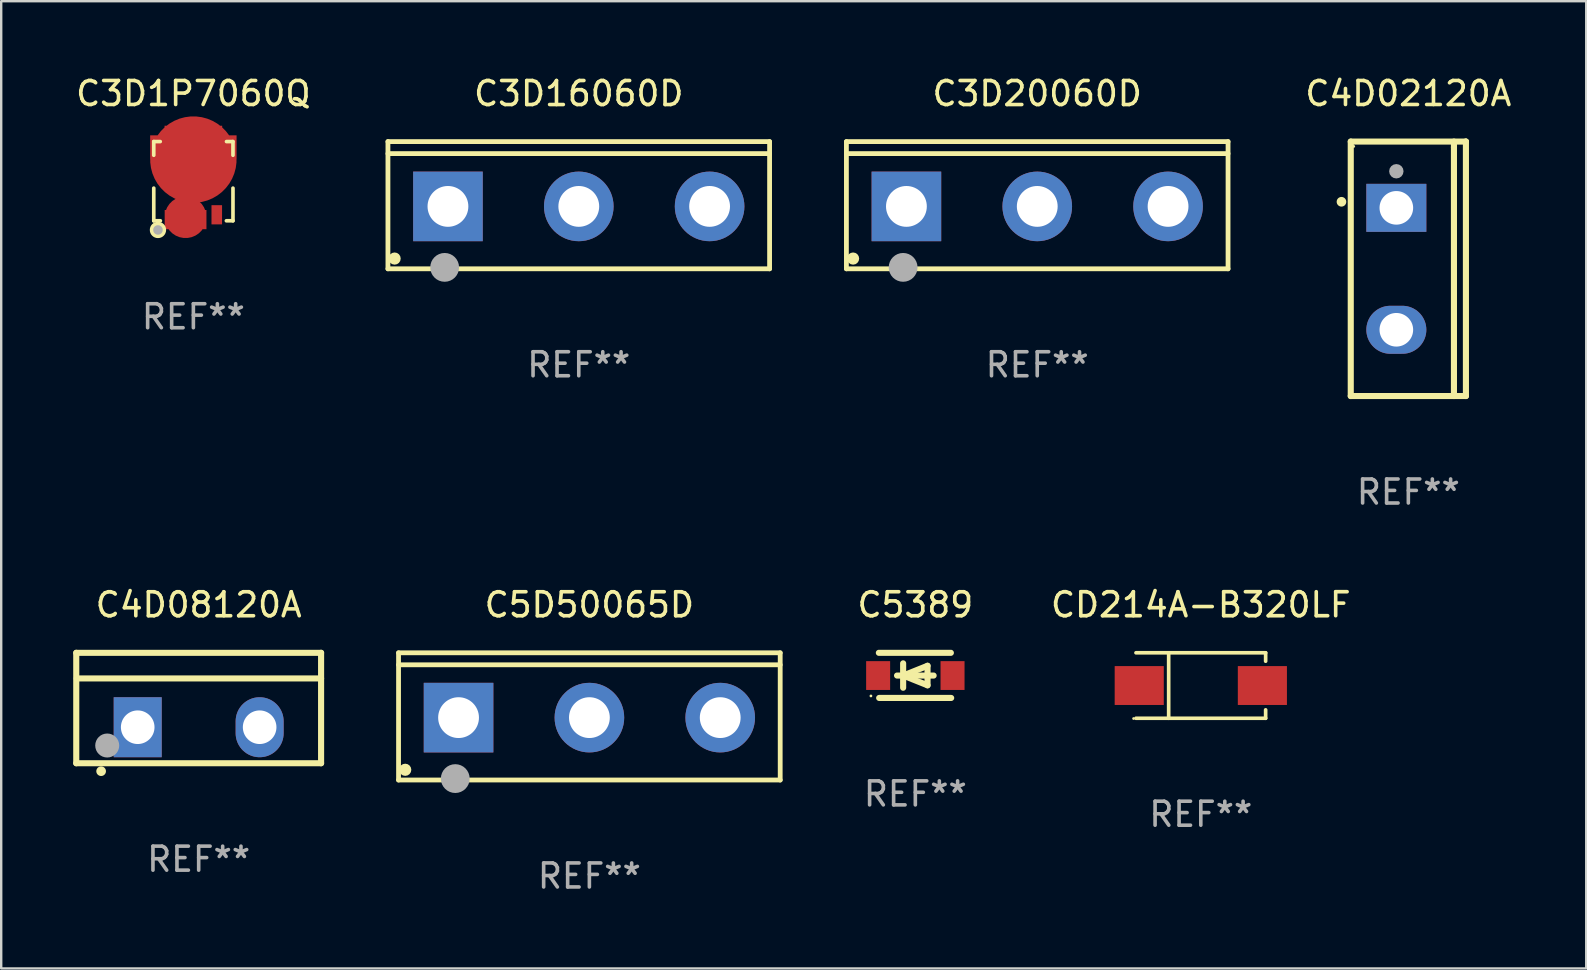
<source format=kicad_pcb>
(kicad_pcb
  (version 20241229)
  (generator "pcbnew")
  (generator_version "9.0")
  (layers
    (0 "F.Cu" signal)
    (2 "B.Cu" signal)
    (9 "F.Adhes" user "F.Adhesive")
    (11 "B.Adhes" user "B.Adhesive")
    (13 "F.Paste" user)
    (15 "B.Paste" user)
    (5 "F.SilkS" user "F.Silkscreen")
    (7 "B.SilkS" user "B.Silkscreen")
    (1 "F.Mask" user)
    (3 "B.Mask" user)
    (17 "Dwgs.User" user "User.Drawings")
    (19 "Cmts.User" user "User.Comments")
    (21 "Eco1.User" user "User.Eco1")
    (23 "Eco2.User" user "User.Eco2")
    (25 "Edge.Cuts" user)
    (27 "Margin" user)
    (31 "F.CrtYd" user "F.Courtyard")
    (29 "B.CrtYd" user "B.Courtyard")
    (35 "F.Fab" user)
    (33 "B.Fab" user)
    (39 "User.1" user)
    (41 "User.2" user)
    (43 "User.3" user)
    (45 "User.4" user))
  (footprint "C5389"
    (layer "F.Cu")
    (at 35.084 25.087)
    (property "Reference" "C5389" (at 0 -2.94 0) (layer "F.SilkS") (effects (font (size 1 1) (thickness 0.15))))
    (attr through_hole)
    (fp_line (start -1.52 -0.94) (end 1.48 -0.94) (stroke (width 0.254) (type solid)) (layer "F.SilkS"))
    (fp_line (start -1.507 0.94) (end 1.493 0.94) (stroke (width 0.254) (type solid)) (layer "F.SilkS"))
    (fp_line (start -0.762 0.007) (end 0.762 0.007) (stroke (width 0.254) (type solid)) (layer "F.SilkS"))
    (fp_line (start -0.508 -0.501) (end -0.508 0.515) (stroke (width 0.254) (type solid)) (layer "F.SilkS"))
    (fp_line (start -0.508 0.007) (end 0.508 -0.4) (stroke (width 0.254) (type solid)) (layer "F.SilkS"))
    (fp_line (start 0.508 -0.4) (end 0.508 0.413) (stroke (width 0.254) (type solid)) (layer "F.SilkS"))
    (fp_line (start 0.508 0.413) (end -0.508 0.007) (stroke (width 0.254) (type solid)) (layer "F.SilkS"))
    (fp_circle (center -1.85 0.857) (end -1.82 0.857) (stroke (width 0.06) (type solid)) (fill no) (layer "F.SilkS"))
    (fp_text user "REF**" (at 0 4.94 0) (layer "F.Fab") (effects (font (size 1 1) (thickness 0.15))))
    (pad "1" smd rect (at -1.55 0.007) (size 1 1.2) (layers "F.Cu" "F.Mask" "F.Paste"))
    (pad "2" smd rect (at 1.55 0.007) (size 1 1.2) (layers "F.Cu" "F.Mask" "F.Paste")))
  (footprint "CD214A-B320LF"
    (layer "F.Cu")
    (at 46.977 25.51)
    (property "Reference" "CD214A-B320LF" (at 0 -3.364 0) (layer "F.SilkS") (effects (font (size 1 1) (thickness 0.15))))
    (attr through_hole)
    (fp_line (start -2.701 -1.364) (end 2.701 -1.364) (stroke (width 0.152) (type solid)) (layer "F.SilkS"))
    (fp_line (start -2.701 1.364) (end 2.701 1.364) (stroke (width 0.152) (type solid)) (layer "F.SilkS"))
    (fp_line (start -1.339 -1.364) (end -1.339 1.364) (stroke (width 0.152) (type solid)) (layer "F.SilkS"))
    (fp_line (start 2.701 -1.364) (end 2.701 -1.013) (stroke (width 0.152) (type solid)) (layer "F.SilkS"))
    (fp_line (start 2.701 1.364) (end 2.701 1.013) (stroke (width 0.152) (type solid)) (layer "F.SilkS"))
    (fp_circle (center -2.8 1.375) (end -2.77 1.375) (stroke (width 0.06) (type solid)) (fill no) (layer "F.SilkS"))
    (fp_text user "REF**" (at 0 5.364 0) (layer "F.Fab") (effects (font (size 1 1) (thickness 0.15))))
    (pad "1" smd rect (at -2.565 -0.000025) (size 2.046 1.62) (layers "F.Cu" "F.Mask" "F.Paste"))
    (pad "2" smd rect (at 2.565 -0.000025) (size 2.046 1.62) (layers "F.Cu" "F.Mask" "F.Paste")))
  (footprint "C4D02120A"
    (layer "F.Cu")
    (at 55.623 8.149)
    (property "Reference" "C4D02120A" (at 0 -7.301 0) (layer "F.SilkS") (effects (font (size 1 1) (thickness 0.15))))
    (attr through_hole)
    (fp_line (start -2.399 -5.301) (end 2.394 -5.301) (stroke (width 0.254) (type solid)) (layer "F.SilkS"))
    (fp_line (start -2.399 5.301) (end -2.399 -5.301) (stroke (width 0.254) (type solid)) (layer "F.SilkS"))
    (fp_line (start 1.9 -5.061) (end 1.9 -5.3) (stroke (width 0.254) (type solid)) (layer "F.SilkS"))
    (fp_line (start 1.9 5.3) (end 1.9 -5.061) (stroke (width 0.254) (type solid)) (layer "F.SilkS"))
    (fp_line (start 2.394 -5.301) (end 2.399 -5.301) (stroke (width 0.254) (type solid)) (layer "F.SilkS"))
    (fp_line (start 2.399 -5.301) (end 2.399 5.301) (stroke (width 0.254) (type solid)) (layer "F.SilkS"))
    (fp_line (start 2.399 5.301) (end -2.399 5.301) (stroke (width 0.254) (type solid)) (layer "F.SilkS"))
    (fp_arc (start -2.786043 -2.791466) (mid -2.786047 -2.792736) (end -2.786043 -2.794006) (stroke (width 0.4) (type solid)) (layer "F.SilkS"))
    (fp_circle (center -2.275 -5.1) (end -2.245 -5.1) (stroke (width 0.06) (type solid)) (fill no) (layer "F.SilkS"))
    (fp_circle (center -0.5 -4.064) (end -0.35 -4.064) (stroke (width 0.3) (type solid)) (fill no) (layer "F.Fab"))
    (fp_text user "REF**" (at 0 9.301 0) (layer "F.Fab") (effects (font (size 1 1) (thickness 0.15))))
    (pad "1" thru_hole rect (at -0.5 -2.54 270) (size 2 2.5) (drill 1.4) (layers "*.Cu" "*.Mask"))
    (pad "3" thru_hole oval (at -0.5 2.54 270) (size 2 2.5) (drill 1.4) (layers "*.Cu" "*.Mask")))
  (footprint "C5D50065D"
    (layer "F.Cu")
    (at 21.504 26.797)
    (property "Reference" "C5D50065D" (at 0 -4.65 0) (layer "F.SilkS") (effects (font (size 1 1) (thickness 0.15))))
    (attr through_hole)
    (fp_line (start -7.95 -2.65) (end -7.95 2.65) (stroke (width 0.2) (type solid)) (layer "F.SilkS"))
    (fp_line (start -7.95 -2.15) (end 7.95 -2.15) (stroke (width 0.2) (type solid)) (layer "F.SilkS"))
    (fp_line (start -7.95 2.65) (end 7.95 2.65) (stroke (width 0.2) (type solid)) (layer "F.SilkS"))
    (fp_line (start 7.95 -2.65) (end -7.95 -2.65) (stroke (width 0.2) (type solid)) (layer "F.SilkS"))
    (fp_line (start 7.95 2.65) (end 7.95 -2.65) (stroke (width 0.2) (type solid)) (layer "F.SilkS"))
    (fp_circle (center -7.672 2.223) (end -7.545 2.223) (stroke (width 0.254) (type solid)) (fill no) (layer "F.SilkS"))
    (fp_circle (center -5.587 2.59) (end -5.287 2.59) (stroke (width 0.6) (type solid)) (fill no) (layer "F.Fab"))
    (fp_text user "REF**" (at 0 6.65 0) (layer "F.Fab") (effects (font (size 1 1) (thickness 0.15))))
    (pad "1" thru_hole rect (at -5.45 0.05) (size 2.9 2.9) (drill 1.7) (layers "*.Cu" "*.Mask"))
    (pad "2" thru_hole circle (at 0.001 0.05) (size 2.9 2.9) (drill 1.7) (layers "*.Cu" "*.Mask"))
    (pad "3" thru_hole circle (at 5.451 0.05) (size 2.9 2.9) (drill 1.7) (layers "*.Cu" "*.Mask")))
  (footprint "C3D20060D"
    (layer "F.Cu")
    (at 40.162 5.499)
    (property "Reference" "C3D20060D" (at 0 -4.65 0) (layer "F.SilkS") (effects (font (size 1 1) (thickness 0.15))))
    (attr through_hole)
    (fp_line (start -7.95 -2.65) (end -7.95 2.65) (stroke (width 0.2) (type solid)) (layer "F.SilkS"))
    (fp_line (start -7.95 -2.15) (end 7.95 -2.15) (stroke (width 0.2) (type solid)) (layer "F.SilkS"))
    (fp_line (start -7.95 2.65) (end 7.95 2.65) (stroke (width 0.2) (type solid)) (layer "F.SilkS"))
    (fp_line (start 7.95 -2.65) (end -7.95 -2.65) (stroke (width 0.2) (type solid)) (layer "F.SilkS"))
    (fp_line (start 7.95 2.65) (end 7.95 -2.65) (stroke (width 0.2) (type solid)) (layer "F.SilkS"))
    (fp_circle (center -7.672 2.223) (end -7.545 2.223) (stroke (width 0.254) (type solid)) (fill no) (layer "F.SilkS"))
    (fp_circle (center -5.587 2.59) (end -5.287 2.59) (stroke (width 0.6) (type solid)) (fill no) (layer "F.Fab"))
    (fp_text user "REF**" (at 0 6.65 0) (layer "F.Fab") (effects (font (size 1 1) (thickness 0.15))))
    (pad "1" thru_hole rect (at -5.45 0.05) (size 2.9 2.9) (drill 1.7) (layers "*.Cu" "*.Mask"))
    (pad "2" thru_hole circle (at 0.001 0.05) (size 2.9 2.9) (drill 1.7) (layers "*.Cu" "*.Mask"))
    (pad "3" thru_hole circle (at 5.451 0.05) (size 2.9 2.9) (drill 1.7) (layers "*.Cu" "*.Mask")))
  (footprint "C4D08120A"
    (layer "F.Cu")
    (at 5.227 26.447)
    (property "Reference" "C4D08120A" (at 0 -4.3 0) (layer "F.SilkS") (effects (font (size 1 1) (thickness 0.15))))
    (attr through_hole)
    (fp_line (start -5.1 -2.3) (end -5.1 2.3) (stroke (width 0.254) (type solid)) (layer "F.SilkS"))
    (fp_line (start -5.1 2.3) (end 5.1 2.3) (stroke (width 0.254) (type solid)) (layer "F.SilkS"))
    (fp_line (start -5.08 -1.232) (end 5.1 -1.232) (stroke (width 0.254) (type solid)) (layer "F.SilkS"))
    (fp_line (start 5.1 -2.3) (end -5.1 -2.3) (stroke (width 0.254) (type solid)) (layer "F.SilkS"))
    (fp_line (start 5.1 -2.3) (end 5.1 2.3) (stroke (width 0.254) (type solid)) (layer "F.SilkS"))
    (fp_arc (start -4.065278 2.632004) (mid -4.064008 2.632) (end -4.062738 2.632004) (stroke (width 0.4) (type solid)) (layer "F.SilkS"))
    (fp_circle (center -5.1 2.32) (end -5.07 2.32) (stroke (width 0.06) (type solid)) (fill no) (layer "F.SilkS"))
    (fp_circle (center -3.81 1.562) (end -3.56 1.562) (stroke (width 0.5) (type solid)) (fill no) (layer "F.Fab"))
    (fp_text user "REF**" (at 0 6.3 0) (layer "F.Fab") (effects (font (size 1 1) (thickness 0.15))))
    (pad "1" thru_hole rect (at -2.54 0.8) (size 2 2.5) (drill 1.4) (layers "*.Cu" "*.Mask"))
    (pad "2" thru_hole oval (at 2.54 0.8) (size 2 2.5) (drill 1.4) (layers "*.Cu" "*.Mask")))
  (footprint "C3D16060D"
    (layer "F.Cu")
    (at 21.062 5.499)
    (property "Reference" "C3D16060D" (at 0 -4.65 0) (layer "F.SilkS") (effects (font (size 1 1) (thickness 0.15))))
    (attr through_hole)
    (fp_line (start -7.95 -2.65) (end -7.95 2.65) (stroke (width 0.2) (type solid)) (layer "F.SilkS"))
    (fp_line (start -7.95 -2.15) (end 7.95 -2.15) (stroke (width 0.2) (type solid)) (layer "F.SilkS"))
    (fp_line (start -7.95 2.65) (end 7.95 2.65) (stroke (width 0.2) (type solid)) (layer "F.SilkS"))
    (fp_line (start 7.95 -2.65) (end -7.95 -2.65) (stroke (width 0.2) (type solid)) (layer "F.SilkS"))
    (fp_line (start 7.95 2.65) (end 7.95 -2.65) (stroke (width 0.2) (type solid)) (layer "F.SilkS"))
    (fp_circle (center -7.672 2.223) (end -7.545 2.223) (stroke (width 0.254) (type solid)) (fill no) (layer "F.SilkS"))
    (fp_circle (center -5.587 2.59) (end -5.287 2.59) (stroke (width 0.6) (type solid)) (fill no) (layer "F.Fab"))
    (fp_text user "REF**" (at 0 6.65 0) (layer "F.Fab") (effects (font (size 1 1) (thickness 0.15))))
    (pad "1" thru_hole rect (at -5.45 0.05) (size 2.9 2.9) (drill 1.7) (layers "*.Cu" "*.Mask"))
    (pad "2" thru_hole circle (at 0.001 0.05) (size 2.9 2.9) (drill 1.7) (layers "*.Cu" "*.Mask"))
    (pad "3" thru_hole circle (at 5.451 0.05) (size 2.9 2.9) (drill 1.7) (layers "*.Cu" "*.Mask")))
  (footprint "C3D1P7060Q"
    (layer "F.Cu")
    (at 5.006 4.498)
    (property "Reference" "C3D1P7060Q" (at 0 -3.65 0) (layer "F.SilkS") (effects (font (size 1 1) (thickness 0.15))))
    (attr through_hole)
    (fp_line (start -1.65 -1.65) (end -1.38 -1.65) (stroke (width 0.152) (type solid)) (layer "F.SilkS"))
    (fp_line (start -1.65 -1.08) (end -1.65 -1.65) (stroke (width 0.152) (type solid)) (layer "F.SilkS"))
    (fp_line (start -1.65 1.65) (end -1.65 0.29) (stroke (width 0.152) (type solid)) (layer "F.SilkS"))
    (fp_line (start -1.375 1.65) (end -1.65 1.65) (stroke (width 0.152) (type solid)) (layer "F.SilkS"))
    (fp_line (start 1.38 -1.65) (end 1.644 -1.65) (stroke (width 0.152) (type solid)) (layer "F.SilkS"))
    (fp_line (start 1.65 -1.65) (end 1.65 -1.08) (stroke (width 0.152) (type solid)) (layer "F.SilkS"))
    (fp_line (start 1.65 0.29) (end 1.65 1.65) (stroke (width 0.152) (type solid)) (layer "F.SilkS"))
    (fp_line (start 1.65 1.65) (end 1.375 1.65) (stroke (width 0.152) (type solid)) (layer "F.SilkS"))
    (fp_circle (center -1.65 1.65) (end -1.62 1.65) (stroke (width 0.06) (type solid)) (fill no) (layer "F.SilkS"))
    (fp_circle (center -1.475 2.032) (end -1.389 2.032) (stroke (width 0.254) (type solid)) (fill no) (layer "F.SilkS"))
    (fp_circle (center -1.475 2.032) (end -1.375 2.032) (stroke (width 0.2) (type solid)) (fill no) (layer "F.Fab"))
    (fp_text user "REF**" (at 0 5.65 0) (layer "F.Fab") (effects (font (size 1 1) (thickness 0.15))))
    (pad "1" smd custom (at -0.325 1.5 180) (size 1.74 0.8) (layers "F.Cu" "F.Mask" "F.Paste") (options (anchor circle)) (primitives (gr_poly (pts (xy 0.87 0.3) (xy 0.43 0.3) (xy 0.43 -0.000025) (xy 0.22 -0.000025) (xy 0.22 0.3) (xy -0.22 0.3) (xy -0.22 -0.000025) (xy -0.43 -0.000025) (xy -0.43 0.3) (xy -0.87 0.3) (xy -0.87 -0.5) (xy 0.87 -0.5)) (width 0) (fill yes))))
    (pad "2" smd custom (at -0.000114 -0.9 180) (size 3.6 2.31) (layers "F.Cu" "F.Mask" "F.Paste") (options (anchor circle)) (primitives (gr_poly (pts (xy 1.2 1.41) (xy -1.2 1.41) (xy -1.2 1.01) (xy -1.8 1.01) (xy -1.8 0.000025) (xy -1.2 0.000025) (xy -1.2 -0.9) (xy -0.818 -0.9) (xy -0.818 -0.4) (xy -0.49 -0.4) (xy -0.49 -0.9) (xy -0.162 -0.9) (xy -0.162 -0.4) (xy 0.163 -0.4) (xy 0.163 -0.9) (xy 0.49 -0.9) (xy 0.49 -0.4) (xy 0.818 -0.4) (xy 0.818 -0.9) (xy 1.2 -0.9) (xy 1.2 0.000025) (xy 1.8 0.000025) (xy 1.8 1.01) (xy 1.2 1.01)) (width 0) (fill yes))))
    (pad "3" smd rect (at 0.975 1.4 180) (size 0.44 0.8) (layers "F.Cu" "F.Mask" "F.Paste")))
  (gr_rect
    (start -3 -3)
    (end 63.034 37.296)
    (stroke (width 0.1) (type default))
    (fill no)
    (layer "Edge.Cuts")))
</source>
